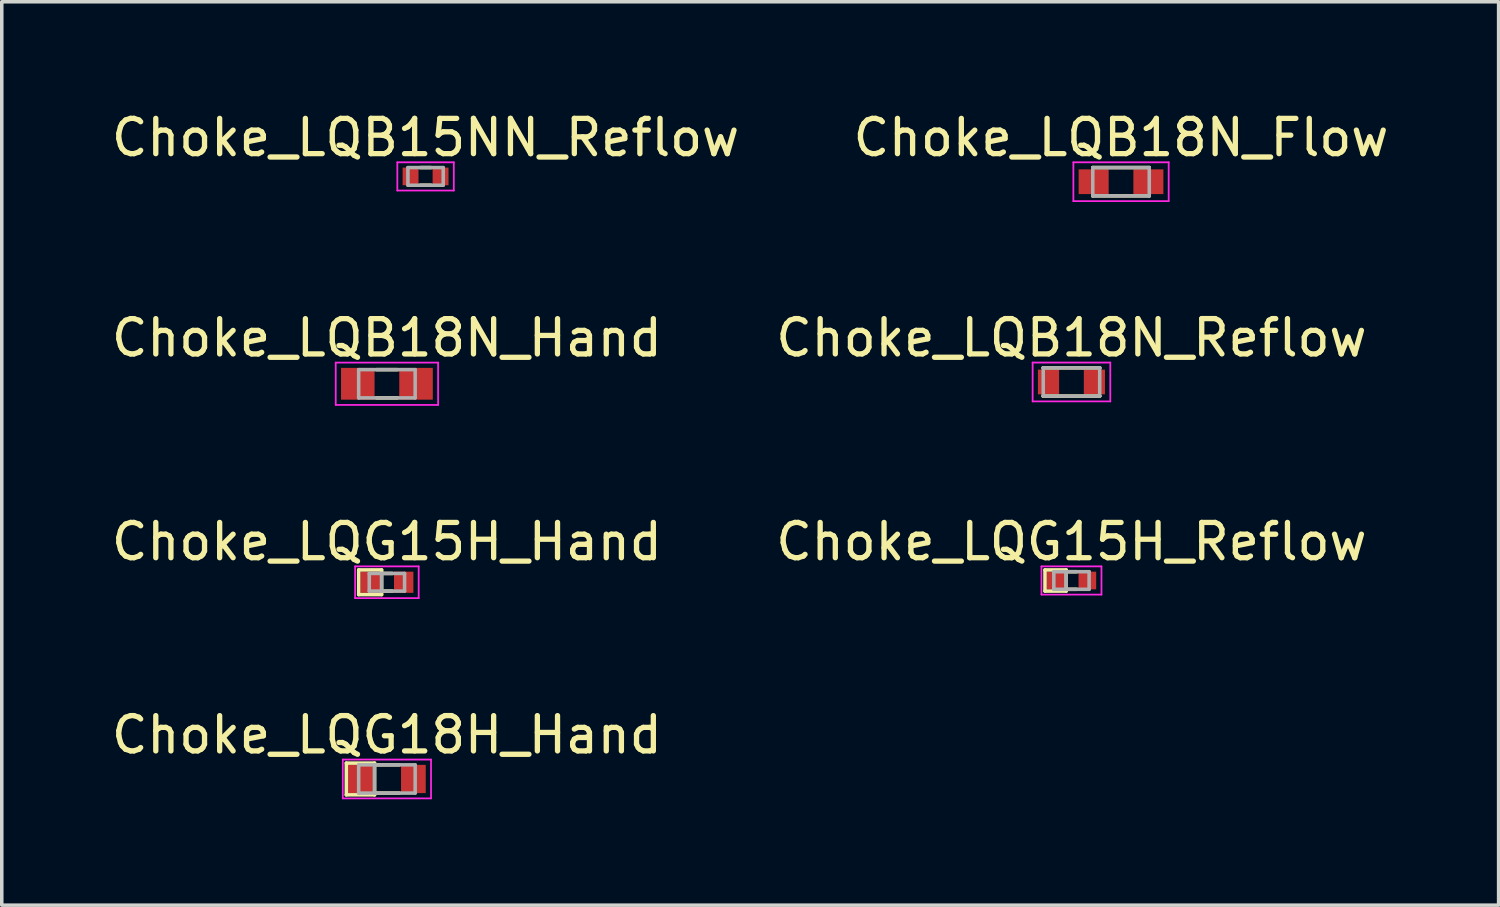
<source format=kicad_pcb>
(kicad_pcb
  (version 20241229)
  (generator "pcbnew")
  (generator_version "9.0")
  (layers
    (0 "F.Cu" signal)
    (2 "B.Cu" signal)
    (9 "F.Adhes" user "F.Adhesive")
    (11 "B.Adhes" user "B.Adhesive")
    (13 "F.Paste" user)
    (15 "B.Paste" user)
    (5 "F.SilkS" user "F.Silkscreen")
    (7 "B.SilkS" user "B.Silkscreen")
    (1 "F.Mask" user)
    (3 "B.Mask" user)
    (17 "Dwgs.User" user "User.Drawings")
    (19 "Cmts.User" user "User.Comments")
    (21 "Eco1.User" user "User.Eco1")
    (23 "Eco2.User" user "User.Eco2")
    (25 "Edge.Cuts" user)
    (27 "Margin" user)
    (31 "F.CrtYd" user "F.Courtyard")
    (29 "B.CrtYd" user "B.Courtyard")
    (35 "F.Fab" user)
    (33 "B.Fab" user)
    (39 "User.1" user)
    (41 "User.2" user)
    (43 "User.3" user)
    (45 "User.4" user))
  (footprint "Choke_LQG18H_Hand"
    (layer "F.Cu")
    (at 7.911 19.018)
    (property "Reference" "Choke_LQG18H_Hand" (at 0 -1.25 0) (layer "F.SilkS") (effects (font (size 1 1) (thickness 0.15))))
    (attr smd)
    (fp_line (start -1.15 -0.45) (end -0.35 -0.45) (stroke (width 0.1) (type solid)) (layer "F.SilkS"))
    (fp_line (start -1.15 0.45) (end -1.15 -0.45) (stroke (width 0.1) (type solid)) (layer "F.SilkS"))
    (fp_line (start -1.15 0.45) (end -0.35 0.45) (stroke (width 0.1) (type solid)) (layer "F.SilkS"))
    (fp_line (start -0.35 -0.45) (end -0.35 0.45) (stroke (width 0.1) (type solid)) (layer "F.SilkS"))
    (fp_line (start -0.35 -0.4) (end 0.35 -0.4) (stroke (width 0.1) (type solid)) (layer "F.SilkS"))
    (fp_line (start -0.35 0.4) (end 0.35 0.4) (stroke (width 0.1) (type solid)) (layer "F.SilkS"))
    (fp_line (start -1.25 -0.55) (end -1.25 0.55) (stroke (width 0.05) (type solid)) (layer "F.CrtYd"))
    (fp_line (start -1.25 -0.55) (end 1.25 -0.55) (stroke (width 0.05) (type solid)) (layer "F.CrtYd"))
    (fp_line (start -1.25 0.55) (end 1.25 0.55) (stroke (width 0.05) (type solid)) (layer "F.CrtYd"))
    (fp_line (start 1.25 -0.55) (end 1.25 0.55) (stroke (width 0.05) (type solid)) (layer "F.CrtYd"))
    (fp_line (start -0.8 -0.4) (end -0.8 0.4) (stroke (width 0.1) (type solid)) (layer "F.Fab"))
    (fp_line (start -0.8 -0.4) (end 0.8 -0.4) (stroke (width 0.1) (type solid)) (layer "F.Fab"))
    (fp_line (start -0.8 0.4) (end 0.8 0.4) (stroke (width 0.1) (type solid)) (layer "F.Fab"))
    (fp_line (start -0.35 -0.4) (end -0.35 0.4) (stroke (width 0.1) (type solid)) (layer "F.Fab"))
    (fp_line (start 0.8 -0.4) (end 0.8 0.4) (stroke (width 0.1) (type solid)) (layer "F.Fab"))
    (pad "1" smd rect (at -0.75 0) (size 0.7 0.8) (layers "F.Cu" "F.Mask" "F.Paste"))
    (pad "2" smd rect (at 0.75 0) (size 0.7 0.8) (layers "F.Cu" "F.Mask" "F.Paste")))
  (footprint "Choke_LQB15NN_Reflow"
    (layer "F.Cu")
    (at 9.006 1.948)
    (property "Reference" "Choke_LQB15NN_Reflow" (at 0 -1.1 0) (layer "F.SilkS") (effects (font (size 1 1) (thickness 0.15))))
    (attr smd)
    (fp_line (start -0.15 -0.25) (end 0.15 -0.25) (stroke (width 0.1) (type solid)) (layer "F.SilkS"))
    (fp_line (start -0.15 0.25) (end 0.15 0.25) (stroke (width 0.1) (type solid)) (layer "F.SilkS"))
    (fp_line (start -0.8 -0.4) (end -0.8 0.4) (stroke (width 0.05) (type solid)) (layer "F.CrtYd"))
    (fp_line (start -0.8 -0.4) (end 0.8 -0.4) (stroke (width 0.05) (type solid)) (layer "F.CrtYd"))
    (fp_line (start -0.8 0.4) (end 0.8 0.4) (stroke (width 0.05) (type solid)) (layer "F.CrtYd"))
    (fp_line (start 0.8 -0.4) (end 0.8 0.4) (stroke (width 0.05) (type solid)) (layer "F.CrtYd"))
    (fp_line (start -0.5 -0.25) (end -0.5 0.25) (stroke (width 0.1) (type solid)) (layer "F.Fab"))
    (fp_line (start -0.5 -0.25) (end 0.5 -0.25) (stroke (width 0.1) (type solid)) (layer "F.Fab"))
    (fp_line (start -0.5 0.25) (end 0.5 0.25) (stroke (width 0.1) (type solid)) (layer "F.Fab"))
    (fp_line (start 0.5 -0.25) (end 0.5 0.25) (stroke (width 0.1) (type solid)) (layer "F.Fab"))
    (pad "1" smd rect (at -0.425 0) (size 0.45 0.5) (layers "F.Cu" "F.Mask" "F.Paste"))
    (pad "2" smd rect (at 0.425 0) (size 0.45 0.5) (layers "F.Cu" "F.Mask" "F.Paste")))
  (footprint "Choke_LQB18N_Flow"
    (layer "F.Cu")
    (at 28.708 2.098)
    (property "Reference" "Choke_LQB18N_Flow" (at 0 -1.25 0) (layer "F.SilkS") (effects (font (size 1 1) (thickness 0.15))))
    (attr smd)
    (fp_line (start -0.8 -0.4) (end -0.8 -0.4) (stroke (width 0.1) (type solid)) (layer "F.SilkS"))
    (fp_line (start -0.8 -0.4) (end 0.8 -0.4) (stroke (width 0.1) (type solid)) (layer "F.SilkS"))
    (fp_line (start -0.8 0.4) (end -0.8 0.4) (stroke (width 0.1) (type solid)) (layer "F.SilkS"))
    (fp_line (start -0.8 0.4) (end 0.8 0.4) (stroke (width 0.1) (type solid)) (layer "F.SilkS"))
    (fp_line (start 0.8 -0.4) (end 0.8 -0.4) (stroke (width 0.1) (type solid)) (layer "F.SilkS"))
    (fp_line (start 0.8 0.4) (end 0.8 0.4) (stroke (width 0.1) (type solid)) (layer "F.SilkS"))
    (fp_line (start -1.35 -0.55) (end -1.35 0.55) (stroke (width 0.05) (type solid)) (layer "F.CrtYd"))
    (fp_line (start -1.35 -0.55) (end 1.35 -0.55) (stroke (width 0.05) (type solid)) (layer "F.CrtYd"))
    (fp_line (start -1.35 0.55) (end 1.35 0.55) (stroke (width 0.05) (type solid)) (layer "F.CrtYd"))
    (fp_line (start 1.35 -0.55) (end 1.35 0.55) (stroke (width 0.05) (type solid)) (layer "F.CrtYd"))
    (fp_line (start -0.8 -0.4) (end -0.8 0.4) (stroke (width 0.1) (type solid)) (layer "F.Fab"))
    (fp_line (start -0.8 -0.4) (end 0.8 -0.4) (stroke (width 0.1) (type solid)) (layer "F.Fab"))
    (fp_line (start -0.8 0.4) (end 0.8 0.4) (stroke (width 0.1) (type solid)) (layer "F.Fab"))
    (fp_line (start 0.8 -0.4) (end 0.8 0.4) (stroke (width 0.1) (type solid)) (layer "F.Fab"))
    (pad "1" smd rect (at -0.775 0) (size 0.85 0.7) (layers "F.Cu" "F.Mask" "F.Paste"))
    (pad "2" smd rect (at 0.775 0) (size 0.85 0.7) (layers "F.Cu" "F.Mask" "F.Paste")))
  (footprint "Choke_LQB18N_Hand"
    (layer "F.Cu")
    (at 7.911 7.822)
    (property "Reference" "Choke_LQB18N_Hand" (at 0 -1.3 0) (layer "F.SilkS") (effects (font (size 1 1) (thickness 0.15))))
    (attr smd)
    (fp_line (start -0.3 -0.4) (end 0.3 -0.4) (stroke (width 0.1) (type solid)) (layer "F.SilkS"))
    (fp_line (start -0.3 0.4) (end 0.3 0.4) (stroke (width 0.1) (type solid)) (layer "F.SilkS"))
    (fp_line (start -1.45 -0.6) (end -1.45 0.6) (stroke (width 0.05) (type solid)) (layer "F.CrtYd"))
    (fp_line (start -1.45 -0.6) (end 1.45 -0.6) (stroke (width 0.05) (type solid)) (layer "F.CrtYd"))
    (fp_line (start -1.45 0.6) (end 1.45 0.6) (stroke (width 0.05) (type solid)) (layer "F.CrtYd"))
    (fp_line (start 1.45 -0.6) (end 1.45 0.6) (stroke (width 0.05) (type solid)) (layer "F.CrtYd"))
    (fp_line (start -0.8 -0.4) (end -0.8 0.4) (stroke (width 0.1) (type solid)) (layer "F.Fab"))
    (fp_line (start -0.8 -0.4) (end 0.8 -0.4) (stroke (width 0.1) (type solid)) (layer "F.Fab"))
    (fp_line (start -0.8 0.4) (end 0.8 0.4) (stroke (width 0.1) (type solid)) (layer "F.Fab"))
    (fp_line (start 0.8 -0.4) (end 0.8 0.4) (stroke (width 0.1) (type solid)) (layer "F.Fab"))
    (pad "1" smd rect (at -0.825 0) (size 0.95 0.9) (layers "F.Cu" "F.Mask" "F.Paste"))
    (pad "2" smd rect (at 0.825 0) (size 0.95 0.9) (layers "F.Cu" "F.Mask" "F.Paste")))
  (footprint "Choke_LQG15H_Hand"
    (layer "F.Cu")
    (at 7.911 13.445)
    (property "Reference" "Choke_LQG15H_Hand" (at 0 -1.15 0) (layer "F.SilkS") (effects (font (size 1 1) (thickness 0.15))))
    (attr smd)
    (fp_line (start -0.8 -0.35) (end -0.15 -0.35) (stroke (width 0.1) (type solid)) (layer "F.SilkS"))
    (fp_line (start -0.8 0.35) (end -0.8 -0.35) (stroke (width 0.1) (type solid)) (layer "F.SilkS"))
    (fp_line (start -0.8 0.35) (end -0.15 0.35) (stroke (width 0.1) (type solid)) (layer "F.SilkS"))
    (fp_line (start -0.15 -0.35) (end -0.15 0.35) (stroke (width 0.1) (type solid)) (layer "F.SilkS"))
    (fp_line (start -0.15 -0.25) (end 0.15 -0.25) (stroke (width 0.1) (type solid)) (layer "F.SilkS"))
    (fp_line (start -0.15 0.25) (end 0.15 0.25) (stroke (width 0.1) (type solid)) (layer "F.SilkS"))
    (fp_line (start -0.9 -0.45) (end -0.9 0.45) (stroke (width 0.05) (type solid)) (layer "F.CrtYd"))
    (fp_line (start -0.9 -0.45) (end 0.9 -0.45) (stroke (width 0.05) (type solid)) (layer "F.CrtYd"))
    (fp_line (start -0.9 0.45) (end 0.9 0.45) (stroke (width 0.05) (type solid)) (layer "F.CrtYd"))
    (fp_line (start 0.9 -0.45) (end 0.9 0.45) (stroke (width 0.05) (type solid)) (layer "F.CrtYd"))
    (fp_line (start -0.5 -0.25) (end -0.5 0.25) (stroke (width 0.1) (type solid)) (layer "F.Fab"))
    (fp_line (start -0.5 -0.25) (end 0.5 -0.25) (stroke (width 0.1) (type solid)) (layer "F.Fab"))
    (fp_line (start -0.5 0.25) (end 0.5 0.25) (stroke (width 0.1) (type solid)) (layer "F.Fab"))
    (fp_line (start -0.15 -0.25) (end -0.15 0.25) (stroke (width 0.1) (type solid)) (layer "F.Fab"))
    (fp_line (start 0.5 -0.25) (end 0.5 0.25) (stroke (width 0.1) (type solid)) (layer "F.Fab"))
    (pad "1" smd rect (at -0.475 0) (size 0.55 0.6) (layers "F.Cu" "F.Mask" "F.Paste"))
    (pad "2" smd rect (at 0.475 0) (size 0.55 0.6) (layers "F.Cu" "F.Mask" "F.Paste")))
  (footprint "Choke_LQG15H_Reflow"
    (layer "F.Cu")
    (at 27.304 13.395)
    (property "Reference" "Choke_LQG15H_Reflow" (at 0 -1.1 0) (layer "F.SilkS") (effects (font (size 1 1) (thickness 0.15))))
    (attr smd)
    (fp_line (start -0.75 -0.3) (end -0.15 -0.3) (stroke (width 0.1) (type solid)) (layer "F.SilkS"))
    (fp_line (start -0.75 0.3) (end -0.75 -0.3) (stroke (width 0.1) (type solid)) (layer "F.SilkS"))
    (fp_line (start -0.75 0.3) (end -0.15 0.3) (stroke (width 0.1) (type solid)) (layer "F.SilkS"))
    (fp_line (start -0.15 -0.3) (end -0.15 0.3) (stroke (width 0.1) (type solid)) (layer "F.SilkS"))
    (fp_line (start -0.15 -0.25) (end 0.15 -0.25) (stroke (width 0.1) (type solid)) (layer "F.SilkS"))
    (fp_line (start -0.15 0.25) (end 0.15 0.25) (stroke (width 0.1) (type solid)) (layer "F.SilkS"))
    (fp_line (start -0.85 -0.4) (end -0.85 0.4) (stroke (width 0.05) (type solid)) (layer "F.CrtYd"))
    (fp_line (start -0.85 -0.4) (end 0.85 -0.4) (stroke (width 0.05) (type solid)) (layer "F.CrtYd"))
    (fp_line (start -0.85 0.4) (end 0.85 0.4) (stroke (width 0.05) (type solid)) (layer "F.CrtYd"))
    (fp_line (start 0.85 -0.4) (end 0.85 0.4) (stroke (width 0.05) (type solid)) (layer "F.CrtYd"))
    (fp_line (start -0.5 -0.25) (end -0.5 0.25) (stroke (width 0.1) (type solid)) (layer "F.Fab"))
    (fp_line (start -0.5 -0.25) (end 0.5 -0.25) (stroke (width 0.1) (type solid)) (layer "F.Fab"))
    (fp_line (start -0.5 0.25) (end 0.5 0.25) (stroke (width 0.1) (type solid)) (layer "F.Fab"))
    (fp_line (start -0.15 -0.25) (end -0.15 0.25) (stroke (width 0.1) (type solid)) (layer "F.Fab"))
    (fp_line (start 0.5 -0.25) (end 0.5 0.25) (stroke (width 0.1) (type solid)) (layer "F.Fab"))
    (pad "1" smd rect (at -0.45 0) (size 0.5 0.5) (layers "F.Cu" "F.Mask" "F.Paste"))
    (pad "2" smd rect (at 0.45 0) (size 0.5 0.5) (layers "F.Cu" "F.Mask" "F.Paste")))
  (footprint "Choke_LQB18N_Reflow"
    (layer "F.Cu")
    (at 27.304 7.771)
    (property "Reference" "Choke_LQB18N_Reflow" (at 0 -1.25 0) (layer "F.SilkS") (effects (font (size 1 1) (thickness 0.15))))
    (attr smd)
    (fp_line (start -0.8 -0.4) (end -0.8 -0.4) (stroke (width 0.1) (type solid)) (layer "F.SilkS"))
    (fp_line (start -0.8 -0.4) (end 0.8 -0.4) (stroke (width 0.1) (type solid)) (layer "F.SilkS"))
    (fp_line (start -0.8 0.4) (end -0.8 0.4) (stroke (width 0.1) (type solid)) (layer "F.SilkS"))
    (fp_line (start -0.8 0.4) (end 0.8 0.4) (stroke (width 0.1) (type solid)) (layer "F.SilkS"))
    (fp_line (start 0.8 -0.4) (end 0.8 -0.4) (stroke (width 0.1) (type solid)) (layer "F.SilkS"))
    (fp_line (start 0.8 0.4) (end 0.8 0.4) (stroke (width 0.1) (type solid)) (layer "F.SilkS"))
    (fp_line (start -1.1 -0.55) (end -1.1 0.55) (stroke (width 0.05) (type solid)) (layer "F.CrtYd"))
    (fp_line (start -1.1 -0.55) (end 1.1 -0.55) (stroke (width 0.05) (type solid)) (layer "F.CrtYd"))
    (fp_line (start -1.1 0.55) (end 1.1 0.55) (stroke (width 0.05) (type solid)) (layer "F.CrtYd"))
    (fp_line (start 1.1 -0.55) (end 1.1 0.55) (stroke (width 0.05) (type solid)) (layer "F.CrtYd"))
    (fp_line (start -0.8 -0.4) (end -0.8 0.4) (stroke (width 0.1) (type solid)) (layer "F.Fab"))
    (fp_line (start -0.8 -0.4) (end 0.8 -0.4) (stroke (width 0.1) (type solid)) (layer "F.Fab"))
    (fp_line (start -0.8 0.4) (end 0.8 0.4) (stroke (width 0.1) (type solid)) (layer "F.Fab"))
    (fp_line (start 0.8 -0.4) (end 0.8 0.4) (stroke (width 0.1) (type solid)) (layer "F.Fab"))
    (pad "1" smd rect (at -0.65 0) (size 0.6 0.7) (layers "F.Cu" "F.Mask" "F.Paste"))
    (pad "2" smd rect (at 0.65 0) (size 0.6 0.7) (layers "F.Cu" "F.Mask" "F.Paste")))
  (gr_rect
    (start -3 -3)
    (end 39.405 22.593)
    (stroke (width 0.1) (type default))
    (fill no)
    (layer "Edge.Cuts")))
</source>
